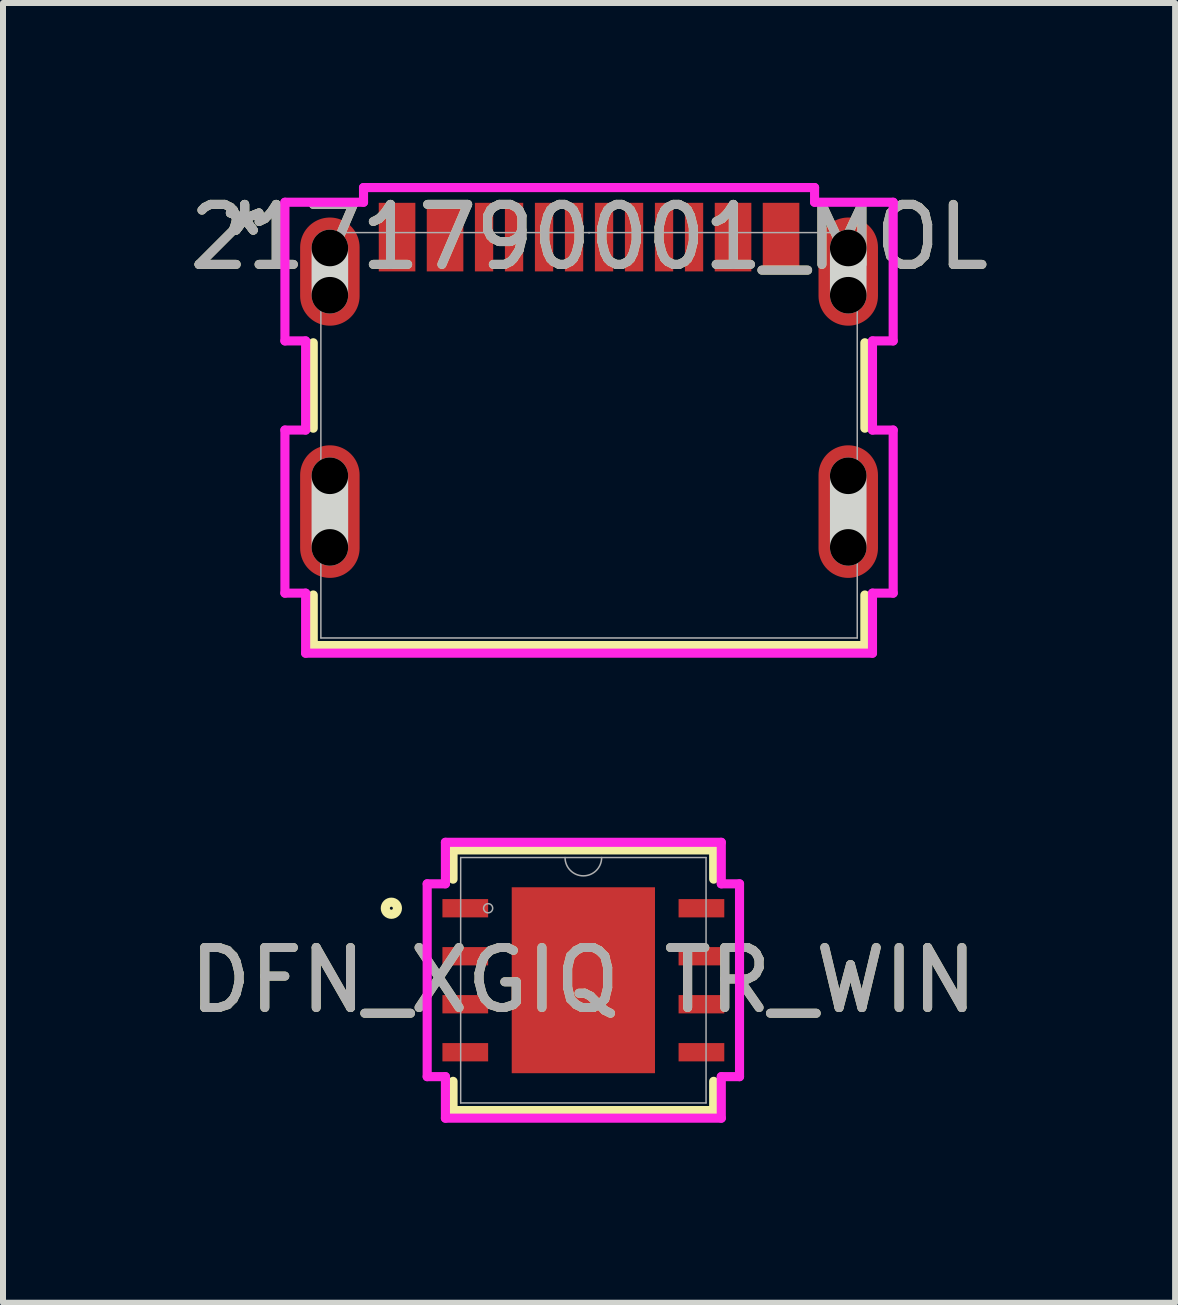
<source format=kicad_pcb>
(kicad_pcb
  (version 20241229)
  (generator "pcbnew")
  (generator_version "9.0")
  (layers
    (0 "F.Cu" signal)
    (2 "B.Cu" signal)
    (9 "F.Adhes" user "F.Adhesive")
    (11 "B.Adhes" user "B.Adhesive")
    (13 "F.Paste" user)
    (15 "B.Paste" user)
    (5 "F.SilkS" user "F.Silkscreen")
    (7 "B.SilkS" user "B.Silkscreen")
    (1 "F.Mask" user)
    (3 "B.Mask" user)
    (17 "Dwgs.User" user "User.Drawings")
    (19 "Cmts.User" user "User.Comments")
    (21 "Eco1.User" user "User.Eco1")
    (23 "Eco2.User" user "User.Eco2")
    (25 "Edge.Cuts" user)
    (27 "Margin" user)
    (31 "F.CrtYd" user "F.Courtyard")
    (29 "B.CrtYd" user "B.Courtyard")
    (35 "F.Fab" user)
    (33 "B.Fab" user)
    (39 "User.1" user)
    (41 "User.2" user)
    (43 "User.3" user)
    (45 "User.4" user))
  (footprint "DFN_XGIQ TR_WIN"
    (layer "F.Cu")
    (at 6.673 13.288)
    (property "Reference" "DFN_XGIQ TR_WIN" (at 0 0 0) (unlocked yes) (layer "F.SilkS") (effects (font (size 1 1) (thickness 0.15))))
    (attr smd)
    (fp_line (start -2.172 -2.172) (end -2.172 -1.685) (stroke (width 0.152) (type solid)) (layer "F.SilkS"))
    (fp_line (start -2.172 1.685) (end -2.172 2.172) (stroke (width 0.152) (type solid)) (layer "F.SilkS"))
    (fp_line (start -2.172 2.172) (end 2.172 2.172) (stroke (width 0.152) (type solid)) (layer "F.SilkS"))
    (fp_line (start 2.172 -2.172) (end -2.172 -2.172) (stroke (width 0.152) (type solid)) (layer "F.SilkS"))
    (fp_line (start 2.172 -1.685) (end 2.172 -2.172) (stroke (width 0.152) (type solid)) (layer "F.SilkS"))
    (fp_line (start 2.172 2.172) (end 2.172 1.685) (stroke (width 0.152) (type solid)) (layer "F.SilkS"))
    (fp_circle (center -3.2 -1.2) (end -3.099 -1.2) (stroke (width 0.152) (type solid)) (fill no) (layer "F.SilkS"))
    (fp_poly (pts (xy -1.094 -1.449) (xy -1.094 -0.1) (xy 1.094 -0.1) (xy 1.094 -1.449)) (stroke (width 0) (type solid)) (fill yes) (layer "F.Paste"))
    (fp_poly (pts (xy -1.094 0.1) (xy -1.094 1.449) (xy 1.094 1.449) (xy 1.094 0.1)) (stroke (width 0) (type solid)) (fill yes) (layer "F.Paste"))
    (fp_line (start -2.603 -1.607) (end -2.299 -1.607) (stroke (width 0.152) (type solid)) (layer "F.CrtYd"))
    (fp_line (start -2.603 1.607) (end -2.603 -1.607) (stroke (width 0.152) (type solid)) (layer "F.CrtYd"))
    (fp_line (start -2.603 1.607) (end -2.299 1.607) (stroke (width 0.152) (type solid)) (layer "F.CrtYd"))
    (fp_line (start -2.299 -2.299) (end 2.299 -2.299) (stroke (width 0.152) (type solid)) (layer "F.CrtYd"))
    (fp_line (start -2.299 -1.607) (end -2.299 -2.299) (stroke (width 0.152) (type solid)) (layer "F.CrtYd"))
    (fp_line (start -2.299 2.299) (end -2.299 1.607) (stroke (width 0.152) (type solid)) (layer "F.CrtYd"))
    (fp_line (start 2.299 -2.299) (end 2.299 -1.607) (stroke (width 0.152) (type solid)) (layer "F.CrtYd"))
    (fp_line (start 2.299 1.607) (end 2.299 2.299) (stroke (width 0.152) (type solid)) (layer "F.CrtYd"))
    (fp_line (start 2.299 2.299) (end -2.299 2.299) (stroke (width 0.152) (type solid)) (layer "F.CrtYd"))
    (fp_line (start 2.603 -1.607) (end 2.299 -1.607) (stroke (width 0.152) (type solid)) (layer "F.CrtYd"))
    (fp_line (start 2.603 -1.607) (end 2.603 1.607) (stroke (width 0.152) (type solid)) (layer "F.CrtYd"))
    (fp_line (start 2.603 1.607) (end 2.299 1.607) (stroke (width 0.152) (type solid)) (layer "F.CrtYd"))
    (fp_line (start -2.045 -2.045) (end -2.045 2.045) (stroke (width 0.025) (type solid)) (layer "F.Fab"))
    (fp_line (start -2.045 2.045) (end 2.045 2.045) (stroke (width 0.025) (type solid)) (layer "F.Fab"))
    (fp_line (start 2.045 -2.045) (end -2.045 -2.045) (stroke (width 0.025) (type solid)) (layer "F.Fab"))
    (fp_line (start 2.045 2.045) (end 2.045 -2.045) (stroke (width 0.025) (type solid)) (layer "F.Fab"))
    (fp_arc (start 0.3048 -2.0447) (mid 0 -1.7399) (end -0.3048 -2.0447) (stroke (width 0.0254) (type solid)) (layer "F.Fab"))
    (fp_circle (center -1.587 -1.2) (end -1.511 -1.2) (stroke (width 0.025) (type solid)) (fill no) (layer "F.Fab"))
    (fp_text user "${REFERENCE}" (at 0 0 0) (unlocked yes) (layer "F.Fab") (effects (font (size 1 1) (thickness 0.15))))
    (pad "1" smd rect (at -1.968 -1.2) (size 0.762 0.305) (layers "F.Cu" "F.Mask" "F.Paste"))
    (pad "2" smd rect (at -1.968 -0.4) (size 0.762 0.305) (layers "F.Cu" "F.Mask" "F.Paste"))
    (pad "3" smd rect (at -1.968 0.4) (size 0.762 0.305) (layers "F.Cu" "F.Mask" "F.Paste"))
    (pad "4" smd rect (at -1.968 1.2) (size 0.762 0.305) (layers "F.Cu" "F.Mask" "F.Paste"))
    (pad "5" smd rect (at 1.968 1.2) (size 0.762 0.305) (layers "F.Cu" "F.Mask" "F.Paste"))
    (pad "6" smd rect (at 1.968 0.4) (size 0.762 0.305) (layers "F.Cu" "F.Mask" "F.Paste"))
    (pad "7" smd rect (at 1.968 -0.4) (size 0.762 0.305) (layers "F.Cu" "F.Mask" "F.Paste"))
    (pad "8" smd rect (at 1.968 -1.2) (size 0.762 0.305) (layers "F.Cu" "F.Mask" "F.Paste"))
    (pad "9" smd rect (at 0 0) (size 2.388 3.099) (layers "F.Cu" "F.Mask" "F.Paste")))
  (footprint "2171790001_MOL"
    (layer "F.Cu")
    (at 6.768 4.205)
    (property "Reference" "2171790001_MOL" (at 0 -3.303 0) (unlocked yes) (layer "F.SilkS") (effects (font (size 1 1) (thickness 0.15))))
    (attr smd)
    (fp_line (start -4.597 -1.542) (end -4.597 -0.118) (stroke (width 0.152) (type solid)) (layer "F.SilkS"))
    (fp_line (start -4.597 2.662) (end -4.597 3.505) (stroke (width 0.152) (type solid)) (layer "F.SilkS"))
    (fp_line (start -4.597 3.505) (end 4.597 3.505) (stroke (width 0.152) (type solid)) (layer "F.SilkS"))
    (fp_line (start 4.597 -0.118) (end 4.597 -1.542) (stroke (width 0.152) (type solid)) (layer "F.SilkS"))
    (fp_line (start 4.597 3.505) (end 4.597 2.662) (stroke (width 0.152) (type solid)) (layer "F.SilkS"))
    (fp_line (start -4.32 -2.334) (end -4.32 -3.122) (stroke (width 0.61) (type solid)) (layer "Edge.Cuts"))
    (fp_line (start -4.32 1.869) (end -4.32 0.675) (stroke (width 0.61) (type solid)) (layer "Edge.Cuts"))
    (fp_line (start 4.32 -2.334) (end 4.32 -3.122) (stroke (width 0.61) (type solid)) (layer "Edge.Cuts"))
    (fp_line (start 4.32 1.869) (end 4.32 0.675) (stroke (width 0.61) (type solid)) (layer "Edge.Cuts"))
    (fp_line (start -5.069 -3.884) (end -5.069 -1.573) (stroke (width 0.152) (type solid)) (layer "F.CrtYd"))
    (fp_line (start -5.069 -1.573) (end -4.724 -1.573) (stroke (width 0.152) (type solid)) (layer "F.CrtYd"))
    (fp_line (start -5.069 -0.087) (end -5.069 2.631) (stroke (width 0.152) (type solid)) (layer "F.CrtYd"))
    (fp_line (start -5.069 2.631) (end -4.724 2.631) (stroke (width 0.152) (type solid)) (layer "F.CrtYd"))
    (fp_line (start -4.724 -1.573) (end -4.724 -0.087) (stroke (width 0.152) (type solid)) (layer "F.CrtYd"))
    (fp_line (start -4.724 -0.087) (end -5.069 -0.087) (stroke (width 0.152) (type solid)) (layer "F.CrtYd"))
    (fp_line (start -4.724 2.631) (end -4.724 3.632) (stroke (width 0.152) (type solid)) (layer "F.CrtYd"))
    (fp_line (start -4.724 3.632) (end 4.724 3.632) (stroke (width 0.152) (type solid)) (layer "F.CrtYd"))
    (fp_line (start -3.759 -4.129) (end -3.759 -3.884) (stroke (width 0.152) (type solid)) (layer "F.CrtYd"))
    (fp_line (start -3.759 -3.884) (end -5.069 -3.884) (stroke (width 0.152) (type solid)) (layer "F.CrtYd"))
    (fp_line (start 3.759 -4.129) (end -3.759 -4.129) (stroke (width 0.152) (type solid)) (layer "F.CrtYd"))
    (fp_line (start 3.759 -3.884) (end 3.759 -4.129) (stroke (width 0.152) (type solid)) (layer "F.CrtYd"))
    (fp_line (start 4.724 -1.573) (end 5.069 -1.573) (stroke (width 0.152) (type solid)) (layer "F.CrtYd"))
    (fp_line (start 4.724 -0.087) (end 4.724 -1.573) (stroke (width 0.152) (type solid)) (layer "F.CrtYd"))
    (fp_line (start 4.724 2.631) (end 5.069 2.631) (stroke (width 0.152) (type solid)) (layer "F.CrtYd"))
    (fp_line (start 4.724 3.632) (end 4.724 2.631) (stroke (width 0.152) (type solid)) (layer "F.CrtYd"))
    (fp_line (start 5.069 -3.884) (end 3.759 -3.884) (stroke (width 0.152) (type solid)) (layer "F.CrtYd"))
    (fp_line (start 5.069 -1.573) (end 5.069 -3.884) (stroke (width 0.152) (type solid)) (layer "F.CrtYd"))
    (fp_line (start 5.069 -0.087) (end 4.724 -0.087) (stroke (width 0.152) (type solid)) (layer "F.CrtYd"))
    (fp_line (start 5.069 2.631) (end 5.069 -0.087) (stroke (width 0.152) (type solid)) (layer "F.CrtYd"))
    (fp_line (start -4.47 -3.378) (end -4.47 3.378) (stroke (width 0.025) (type solid)) (layer "F.Fab"))
    (fp_line (start -4.47 3.378) (end 4.47 3.378) (stroke (width 0.025) (type solid)) (layer "F.Fab"))
    (fp_line (start 0 -3.378) (end 0 -3.378) (stroke (width 0.025) (type solid)) (layer "F.Fab"))
    (fp_line (start 0 -3.378) (end 0 -3.378) (stroke (width 0.025) (type solid)) (layer "F.Fab"))
    (fp_line (start 0 -3.378) (end 0 -3.378) (stroke (width 0.025) (type solid)) (layer "F.Fab"))
    (fp_line (start 0 -3.378) (end 0 -3.378) (stroke (width 0.025) (type solid)) (layer "F.Fab"))
    (fp_line (start 4.47 -3.378) (end -4.47 -3.378) (stroke (width 0.025) (type solid)) (layer "F.Fab"))
    (fp_line (start 4.47 3.378) (end 4.47 -3.378) (stroke (width 0.025) (type solid)) (layer "F.Fab"))
    (fp_text user "*" (at -5.74 -3.303 0) (unlocked yes) (layer "F.SilkS") (effects (font (size 1 1) (thickness 0.15))))
    (fp_text user "*" (at -5.74 -3.303 0) (layer "F.SilkS") (effects (font (size 1 1) (thickness 0.15))))
    (fp_text user "*" (at -5.74 -3.303 0) (unlocked yes) (layer "F.Fab") (effects (font (size 1 1) (thickness 0.15))))
    (fp_text user "*" (at -5.74 -3.303 0) (layer "F.Fab") (effects (font (size 1 1) (thickness 0.15))))
    (fp_text user "${REFERENCE}" (at 0 -3.303 0) (unlocked yes) (layer "F.Fab") (effects (font (size 1 1) (thickness 0.15))))
    (pad "" np_thru_hole circle (at -4.32 -3.122) (size 0.61 0.61) (drill 0.61) (layers))
    (pad "" np_thru_hole circle (at -4.32 -2.334) (size 0.61 0.61) (drill 0.61) (layers))
    (pad "" np_thru_hole circle (at -4.32 0.675) (size 0.61 0.61) (drill 0.61) (layers))
    (pad "" np_thru_hole circle (at -4.32 1.869) (size 0.61 0.61) (drill 0.61) (layers))
    (pad "" np_thru_hole circle (at 4.32 -3.122) (size 0.61 0.61) (drill 0.61) (layers))
    (pad "" np_thru_hole circle (at 4.32 -2.334) (size 0.61 0.61) (drill 0.61) (layers))
    (pad "" np_thru_hole circle (at 4.32 0.675) (size 0.61 0.61) (drill 0.61) (layers))
    (pad "" np_thru_hole circle (at 4.32 1.869) (size 0.61 0.61) (drill 0.61) (layers))
    (pad "13" smd oval (at -4.32 1.272) (size 0.991 2.21) (layers "F.Cu" "F.Mask" "F.Paste"))
    (pad "14" smd oval (at 4.32 1.272) (size 0.991 2.21) (layers "F.Cu" "F.Mask" "F.Paste"))
    (pad "15" smd oval (at -4.32 -2.728) (size 0.991 1.803) (layers "F.Cu" "F.Mask" "F.Paste"))
    (pad "16" smd oval (at 4.32 -2.728) (size 0.991 1.803) (layers "F.Cu" "F.Mask" "F.Paste"))
    (pad "A1/B12" smd rect (at -3.2 -3.303) (size 0.61 1.143) (layers "F.Cu" "F.Mask" "F.Paste"))
    (pad "A4/B9" smd rect (at -2.4 -3.303) (size 0.61 1.143) (layers "F.Cu" "F.Mask" "F.Paste"))
    (pad "A5" smd rect (at -1.25 -3.303) (size 0.305 1.143) (layers "F.Cu" "F.Mask" "F.Paste"))
    (pad "A6" smd rect (at -0.25 -3.303) (size 0.305 1.143) (layers "F.Cu" "F.Mask" "F.Paste"))
    (pad "A7" smd rect (at 0.25 -3.303) (size 0.305 1.143) (layers "F.Cu" "F.Mask" "F.Paste"))
    (pad "A8" smd rect (at 1.25 -3.303) (size 0.305 1.143) (layers "F.Cu" "F.Mask" "F.Paste"))
    (pad "B1/A12" smd rect (at 3.2 -3.303) (size 0.61 1.143) (layers "F.Cu" "F.Mask" "F.Paste"))
    (pad "B4/A9" smd rect (at 2.4 -3.303) (size 0.61 1.143) (layers "F.Cu" "F.Mask" "F.Paste"))
    (pad "B5" smd rect (at 1.75 -3.303) (size 0.305 1.143) (layers "F.Cu" "F.Mask" "F.Paste"))
    (pad "B6" smd rect (at 0.75 -3.303) (size 0.305 1.143) (layers "F.Cu" "F.Mask" "F.Paste"))
    (pad "B7" smd rect (at -0.75 -3.303) (size 0.305 1.143) (layers "F.Cu" "F.Mask" "F.Paste"))
    (pad "B8" smd rect (at -1.75 -3.303) (size 0.305 1.143) (layers "F.Cu" "F.Mask" "F.Paste")))
  (gr_rect
    (start -3 -3)
    (end 16.536 18.663)
    (stroke (width 0.1) (type default))
    (fill no)
    (layer "Edge.Cuts")))
</source>
